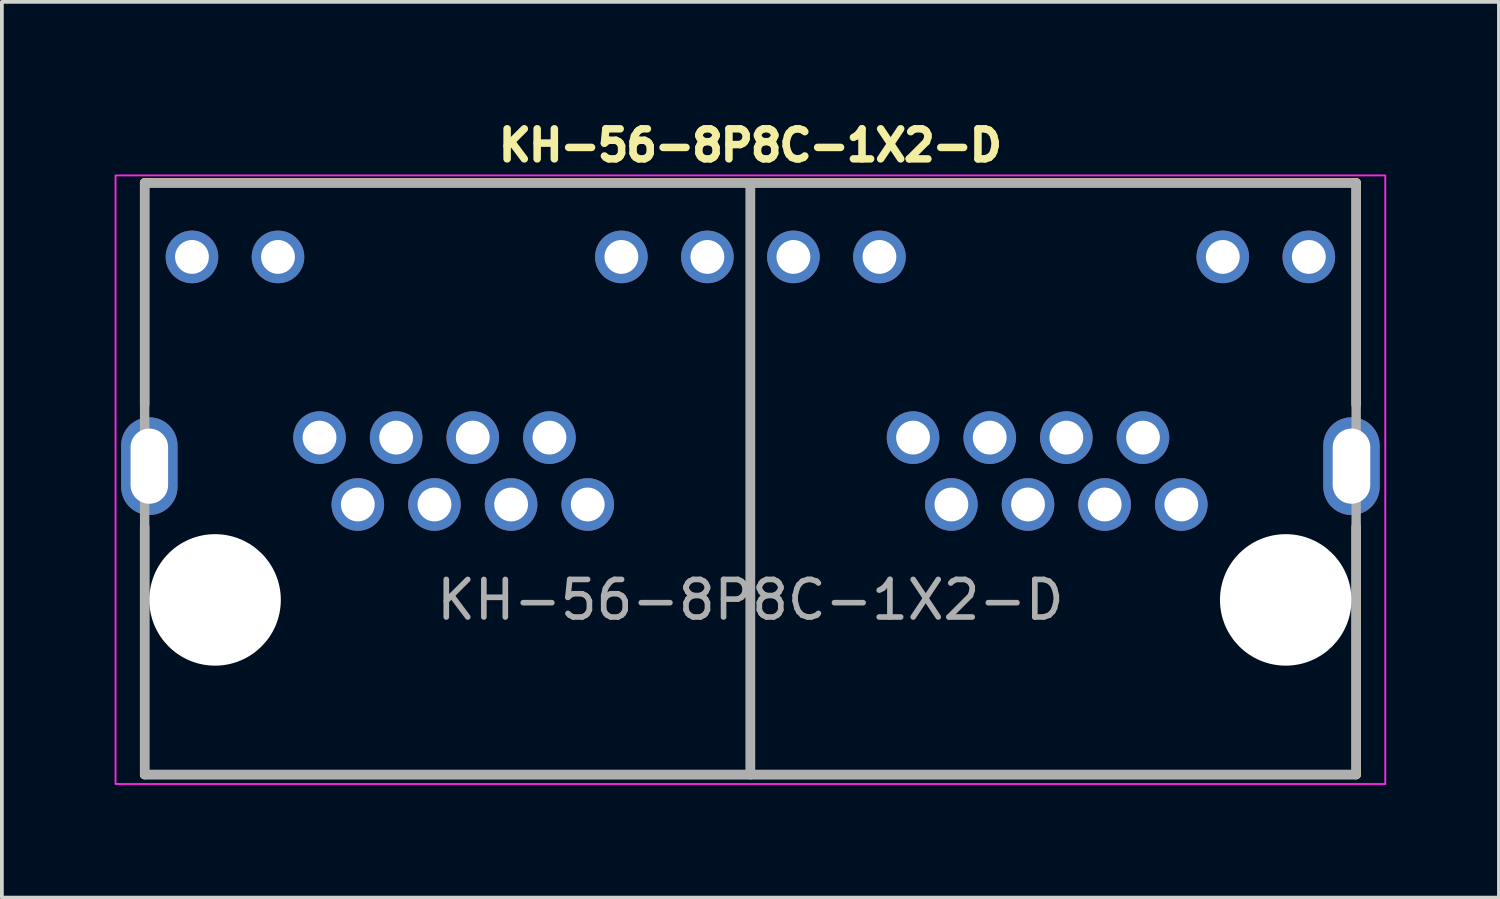
<source format=kicad_pcb>
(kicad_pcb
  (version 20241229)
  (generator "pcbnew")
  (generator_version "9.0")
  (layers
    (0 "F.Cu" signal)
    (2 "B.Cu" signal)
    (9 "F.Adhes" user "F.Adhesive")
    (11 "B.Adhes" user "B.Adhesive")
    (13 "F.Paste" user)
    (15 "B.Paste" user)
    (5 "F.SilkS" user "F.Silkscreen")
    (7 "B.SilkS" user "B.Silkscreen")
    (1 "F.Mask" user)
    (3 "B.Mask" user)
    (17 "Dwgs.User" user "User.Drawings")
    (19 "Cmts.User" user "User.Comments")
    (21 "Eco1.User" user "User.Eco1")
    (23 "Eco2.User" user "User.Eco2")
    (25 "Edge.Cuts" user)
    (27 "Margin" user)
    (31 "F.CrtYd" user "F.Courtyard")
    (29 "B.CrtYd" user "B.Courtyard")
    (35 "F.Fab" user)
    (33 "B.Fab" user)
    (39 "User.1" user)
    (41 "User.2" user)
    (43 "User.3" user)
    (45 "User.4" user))
  (footprint "KH-56-8P8C-1X2-D"
    (layer "F.Cu")
    (at 16.925 12.919)
    (property "Reference" "KH-56-8P8C-1X2-D" (at 0 -12.1 0) (unlocked yes) (layer "F.SilkS") (effects (font (size 0.8 0.8) (thickness 0.2) (bold yes))))
    (attr through_hole)
    (fp_line (start -16.125 -11.1) (end 16.125 -11.1) (stroke (width 0.25) (type default)) (layer "F.SilkS"))
    (fp_line (start -16.125 -5.2) (end -16.125 -11.1) (stroke (width 0.25) (type default)) (layer "F.SilkS"))
    (fp_line (start -16.125 4.65) (end -16.125 -1.95) (stroke (width 0.25) (type default)) (layer "F.SilkS"))
    (fp_line (start -16.125 4.65) (end 16.125 4.65) (stroke (width 0.25) (type default)) (layer "F.SilkS"))
    (fp_line (start 0 4.65) (end 0 -11.1) (stroke (width 0.25) (type default)) (layer "F.SilkS"))
    (fp_line (start 16.125 -5.2) (end 16.125 -11.1) (stroke (width 0.25) (type default)) (layer "F.SilkS"))
    (fp_line (start 16.125 4.65) (end 16.125 -1.95) (stroke (width 0.25) (type default)) (layer "F.SilkS"))
    (fp_rect (start -16.9 -11.3) (end 16.9 4.9) (stroke (width 0.05) (type default)) (fill no) (layer "F.CrtYd"))
    (fp_line (start 0 -11.1) (end 0 4.65) (stroke (width 0.25) (type default)) (layer "F.Fab"))
    (fp_rect (start -16.125 -11.1) (end 16.125 4.65) (stroke (width 0.25) (type default)) (fill no) (layer "F.Fab"))
    (fp_text user "${REFERENCE}" (at 0 0 0) (unlocked yes) (layer "F.Fab") (effects (font (size 1 1) (thickness 0.15))))
    (pad "" np_thru_hole circle (at -14.25 0) (size 3.5 3.5) (drill 3.5) (layers "*.Cu" "*.Mask"))
    (pad "" np_thru_hole circle (at 14.25 0) (size 3.5 3.5) (drill 3.5) (layers "*.Cu" "*.Mask"))
    (pad "P1GA" thru_hole circle (at -3.435 -9.13) (size 1.4 1.4) (drill 0.9) (layers "*.Cu" "*.Mask"))
    (pad "P1GK" thru_hole circle (at -1.145 -9.13) (size 1.4 1.4) (drill 0.9) (layers "*.Cu" "*.Mask"))
    (pad "P1YA" thru_hole circle (at -14.865 -9.13) (size 1.4 1.4) (drill 0.9) (layers "*.Cu" "*.Mask"))
    (pad "P1YK" thru_hole circle (at -12.575 -9.13) (size 1.4 1.4) (drill 0.9) (layers "*.Cu" "*.Mask"))
    (pad "P2GA" thru_hole circle (at 12.575 -9.13) (size 1.4 1.4) (drill 0.9) (layers "*.Cu" "*.Mask"))
    (pad "P2GK" thru_hole circle (at 14.865 -9.13) (size 1.4 1.4) (drill 0.9) (layers "*.Cu" "*.Mask"))
    (pad "P2YA" thru_hole circle (at 1.145 -9.13) (size 1.4 1.4) (drill 0.9) (layers "*.Cu" "*.Mask"))
    (pad "P2YK" thru_hole circle (at 3.435 -9.13) (size 1.4 1.4) (drill 0.9) (layers "*.Cu" "*.Mask"))
    (pad "P11" thru_hole circle (at -11.47 -4.32) (size 1.4 1.4) (drill 0.9) (layers "*.Cu" "*.Mask"))
    (pad "P12" thru_hole circle (at -10.45 -2.54) (size 1.4 1.4) (drill 0.9) (layers "*.Cu" "*.Mask"))
    (pad "P13" thru_hole circle (at -9.43 -4.32) (size 1.4 1.4) (drill 0.9) (layers "*.Cu" "*.Mask"))
    (pad "P14" thru_hole circle (at -8.41 -2.54) (size 1.4 1.4) (drill 0.9) (layers "*.Cu" "*.Mask"))
    (pad "P15" thru_hole circle (at -7.39 -4.32) (size 1.4 1.4) (drill 0.9) (layers "*.Cu" "*.Mask"))
    (pad "P16" thru_hole circle (at -6.37 -2.54) (size 1.4 1.4) (drill 0.9) (layers "*.Cu" "*.Mask"))
    (pad "P17" thru_hole circle (at -5.35 -4.32) (size 1.4 1.4) (drill 0.9) (layers "*.Cu" "*.Mask"))
    (pad "P18" thru_hole circle (at -4.33 -2.54) (size 1.4 1.4) (drill 0.9) (layers "*.Cu" "*.Mask"))
    (pad "P21" thru_hole circle (at 4.33 -4.32) (size 1.4 1.4) (drill 0.9) (layers "*.Cu" "*.Mask"))
    (pad "P22" thru_hole circle (at 5.35 -2.54) (size 1.4 1.4) (drill 0.9) (layers "*.Cu" "*.Mask"))
    (pad "P23" thru_hole circle (at 6.37 -4.32) (size 1.4 1.4) (drill 0.9) (layers "*.Cu" "*.Mask"))
    (pad "P24" thru_hole circle (at 7.39 -2.54) (size 1.4 1.4) (drill 0.9) (layers "*.Cu" "*.Mask"))
    (pad "P25" thru_hole circle (at 8.41 -4.32) (size 1.4 1.4) (drill 0.9) (layers "*.Cu" "*.Mask"))
    (pad "P26" thru_hole circle (at 9.43 -2.54) (size 1.4 1.4) (drill 0.9) (layers "*.Cu" "*.Mask"))
    (pad "P27" thru_hole circle (at 10.45 -4.32) (size 1.4 1.4) (drill 0.9) (layers "*.Cu" "*.Mask"))
    (pad "P28" thru_hole circle (at 11.47 -2.54) (size 1.4 1.4) (drill 0.9) (layers "*.Cu" "*.Mask"))
    (pad "SH" thru_hole oval (at -16 -3.56) (size 1.5 2.6) (drill oval 1 2) (layers "*.Cu" "*.Mask"))
    (pad "SH" thru_hole oval (at 16 -3.56) (size 1.5 2.6) (drill oval 1 2) (layers "*.Cu" "*.Mask")))
  (gr_rect
    (start -3 -3)
    (end 36.85 20.844)
    (stroke (width 0.1) (type default))
    (fill no)
    (layer "Edge.Cuts")))
</source>
